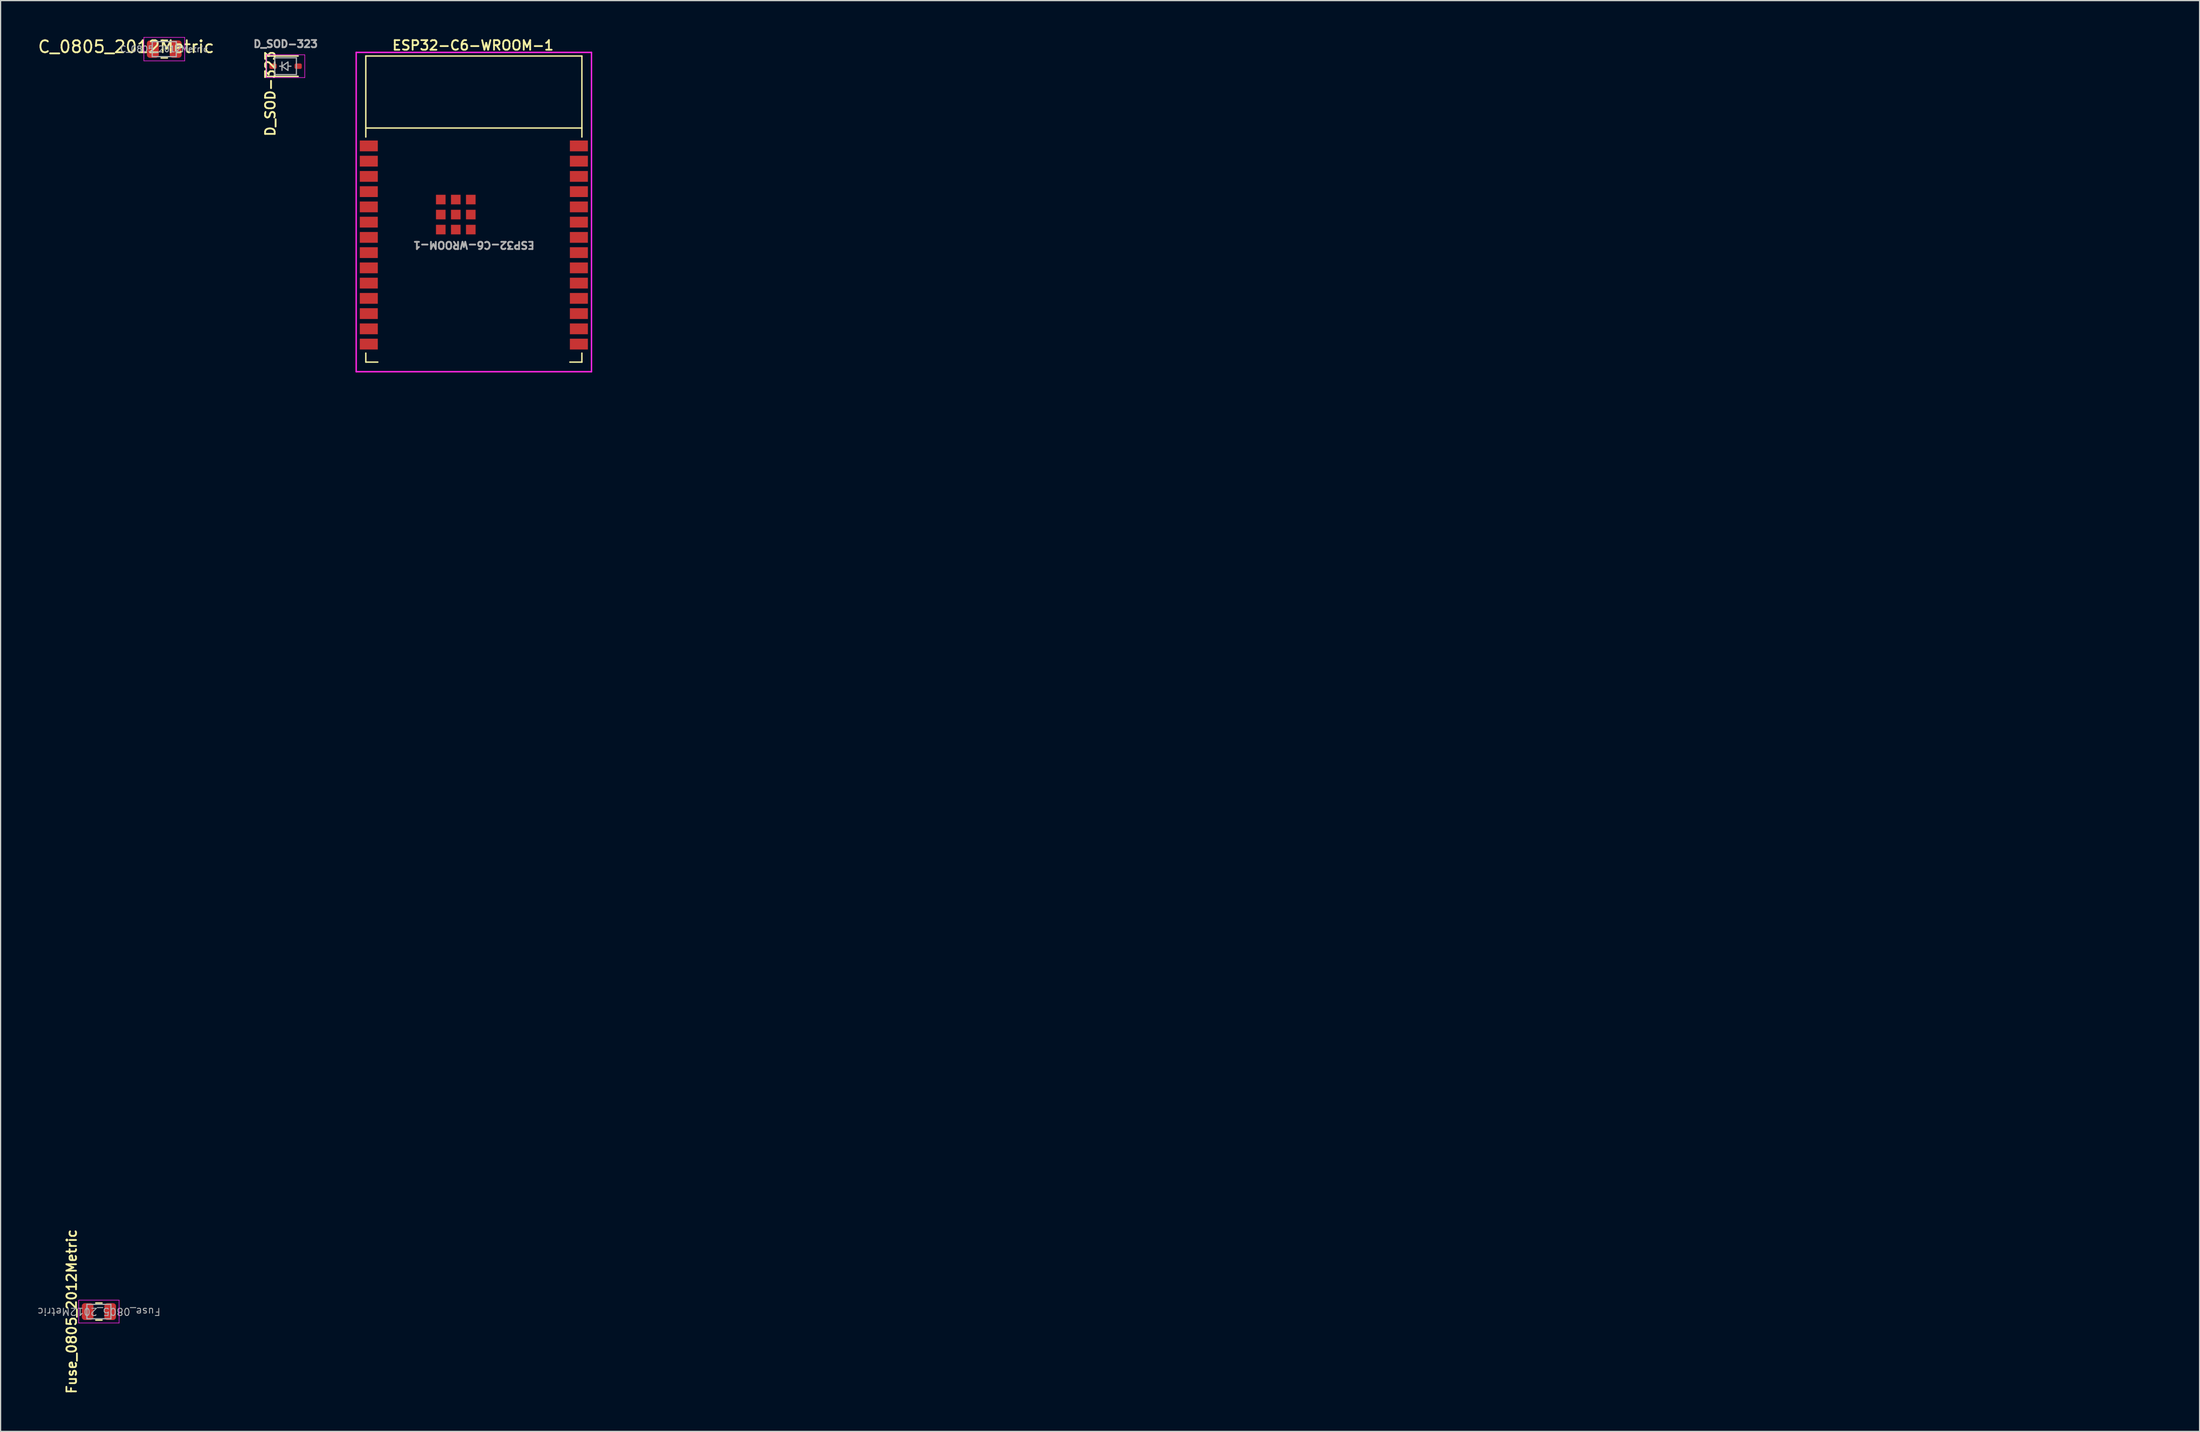
<source format=kicad_pcb>
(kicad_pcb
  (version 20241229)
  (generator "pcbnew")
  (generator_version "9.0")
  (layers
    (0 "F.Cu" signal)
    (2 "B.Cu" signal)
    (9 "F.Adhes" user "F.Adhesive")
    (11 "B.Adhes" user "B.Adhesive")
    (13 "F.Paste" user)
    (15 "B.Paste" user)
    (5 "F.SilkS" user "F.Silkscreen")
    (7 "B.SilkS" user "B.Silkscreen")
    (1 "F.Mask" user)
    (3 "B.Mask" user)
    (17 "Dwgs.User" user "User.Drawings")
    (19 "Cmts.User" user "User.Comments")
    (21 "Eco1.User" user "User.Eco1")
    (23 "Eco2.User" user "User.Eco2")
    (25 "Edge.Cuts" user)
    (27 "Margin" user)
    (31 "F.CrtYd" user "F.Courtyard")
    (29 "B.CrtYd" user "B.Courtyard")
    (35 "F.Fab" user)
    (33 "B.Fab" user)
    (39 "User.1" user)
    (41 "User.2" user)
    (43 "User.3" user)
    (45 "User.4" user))
  (footprint "D_SOD-323"
    (layer "F.Cu")
    (at 20.739 2.464)
    (property "Reference" "D_SOD-323" (at -1.27 2.286 270) (layer "F.SilkS") (effects (font (size 0.8 0.8) (thickness 0.15))))
    (attr smd)
    (fp_line (start -1.61 -0.85) (end -1.61 0.85) (stroke (width 0.12) (type solid)) (layer "F.SilkS"))
    (fp_line (start -1.61 -0.85) (end 1.05 -0.85) (stroke (width 0.12) (type solid)) (layer "F.SilkS"))
    (fp_line (start -1.61 0.85) (end 1.05 0.85) (stroke (width 0.12) (type solid)) (layer "F.SilkS"))
    (fp_line (start -1.6 -0.95) (end -1.6 0.95) (stroke (width 0.05) (type solid)) (layer "F.CrtYd"))
    (fp_line (start -1.6 -0.95) (end 1.6 -0.95) (stroke (width 0.05) (type solid)) (layer "F.CrtYd"))
    (fp_line (start -1.6 0.95) (end 1.6 0.95) (stroke (width 0.05) (type solid)) (layer "F.CrtYd"))
    (fp_line (start 1.6 -0.95) (end 1.6 0.95) (stroke (width 0.05) (type solid)) (layer "F.CrtYd"))
    (fp_line (start -0.9 -0.7) (end 0.9 -0.7) (stroke (width 0.1) (type solid)) (layer "F.Fab"))
    (fp_line (start -0.9 0.7) (end -0.9 -0.7) (stroke (width 0.1) (type solid)) (layer "F.Fab"))
    (fp_line (start -0.3 -0.35) (end -0.3 0.35) (stroke (width 0.1) (type solid)) (layer "F.Fab"))
    (fp_line (start -0.3 0) (end -0.5 0) (stroke (width 0.1) (type solid)) (layer "F.Fab"))
    (fp_line (start -0.3 0) (end 0.2 -0.35) (stroke (width 0.1) (type solid)) (layer "F.Fab"))
    (fp_line (start 0.2 -0.35) (end 0.2 0.35) (stroke (width 0.1) (type solid)) (layer "F.Fab"))
    (fp_line (start 0.2 0) (end 0.45 0) (stroke (width 0.1) (type solid)) (layer "F.Fab"))
    (fp_line (start 0.2 0.35) (end -0.3 0) (stroke (width 0.1) (type solid)) (layer "F.Fab"))
    (fp_line (start 0.9 -0.7) (end 0.9 0.7) (stroke (width 0.1) (type solid)) (layer "F.Fab"))
    (fp_line (start 0.9 0.7) (end -0.9 0.7) (stroke (width 0.1) (type solid)) (layer "F.Fab"))
    (fp_text user "${REFERENCE}" (at 0 -1.85 0) (unlocked yes) (layer "F.Fab") (effects (font (size 0.6 0.6) (thickness 0.15))))
    (pad "1" smd roundrect (at -1.05 0 180) (size 0.6 0.45) (layers "F.Cu" "F.Mask" "F.Paste") (roundrect_rratio 0.25))
    (pad "2" smd roundrect (at 1.05 0 180) (size 0.6 0.45) (layers "F.Cu" "F.Mask" "F.Paste") (roundrect_rratio 0.25)))
  (footprint "C_0805_2012Metric"
    (layer "F.Cu")
    (at 10.633 1.041)
    (property "Reference" "C_0805_2012Metric" (at -3.175 -0.193 180) (layer "F.SilkS") (effects (font (size 1 1) (thickness 0.15))))
    (attr smd)
    (fp_line (start -0.261 -0.735) (end 0.261 -0.735) (stroke (width 0.12) (type solid)) (layer "F.SilkS"))
    (fp_line (start -0.261 0.735) (end 0.261 0.735) (stroke (width 0.12) (type solid)) (layer "F.SilkS"))
    (fp_line (start -1.7 -0.98) (end 1.7 -0.98) (stroke (width 0.05) (type solid)) (layer "F.CrtYd"))
    (fp_line (start -1.7 0.98) (end -1.7 -0.98) (stroke (width 0.05) (type solid)) (layer "F.CrtYd"))
    (fp_line (start 1.7 -0.98) (end 1.7 0.98) (stroke (width 0.05) (type solid)) (layer "F.CrtYd"))
    (fp_line (start 1.7 0.98) (end -1.7 0.98) (stroke (width 0.05) (type solid)) (layer "F.CrtYd"))
    (fp_line (start -1 -0.625) (end 1 -0.625) (stroke (width 0.1) (type solid)) (layer "F.Fab"))
    (fp_line (start -1 0.625) (end -1 -0.625) (stroke (width 0.1) (type solid)) (layer "F.Fab"))
    (fp_line (start 1 -0.625) (end 1 0.625) (stroke (width 0.1) (type solid)) (layer "F.Fab"))
    (fp_line (start 1 0.625) (end -1 0.625) (stroke (width 0.1) (type solid)) (layer "F.Fab"))
    (fp_text user "${REFERENCE}" (at 0 0 180) (layer "F.Fab") (effects (font (size 0.5 0.5) (thickness 0.08))))
    (pad "1" smd roundrect (at -0.95 0 180) (size 1 1.45) (layers "F.Cu" "F.Mask" "F.Paste") (roundrect_rratio 0.25))
    (pad "2" smd roundrect (at 0.95 0 180) (size 1 1.45) (layers "F.Cu" "F.Mask" "F.Paste") (roundrect_rratio 0.25)))
  (footprint "Fuse_0805_2012Metric"
    (layer "F.Cu")
    (at 5.189 106.216)
    (property "Reference" "Fuse_0805_2012Metric" (at -2.27 0 270) (layer "F.SilkS") (effects (font (size 0.8 0.8) (thickness 0.15))))
    (attr smd)
    (fp_line (start -0.259 -0.71) (end 0.259 -0.71) (stroke (width 0.12) (type solid)) (layer "F.SilkS"))
    (fp_line (start -0.259 0.71) (end 0.259 0.71) (stroke (width 0.12) (type solid)) (layer "F.SilkS"))
    (fp_line (start -1.68 -0.95) (end 1.68 -0.95) (stroke (width 0.05) (type solid)) (layer "F.CrtYd"))
    (fp_line (start -1.68 0.95) (end -1.68 -0.95) (stroke (width 0.05) (type solid)) (layer "F.CrtYd"))
    (fp_line (start 1.68 -0.95) (end 1.68 0.95) (stroke (width 0.05) (type solid)) (layer "F.CrtYd"))
    (fp_line (start 1.68 0.95) (end -1.68 0.95) (stroke (width 0.05) (type solid)) (layer "F.CrtYd"))
    (fp_line (start -1 -0.6) (end 1 -0.6) (stroke (width 0.1) (type solid)) (layer "F.Fab"))
    (fp_line (start -1 0.6) (end -1 -0.6) (stroke (width 0.1) (type solid)) (layer "F.Fab"))
    (fp_line (start 1 -0.6) (end 1 0.6) (stroke (width 0.1) (type solid)) (layer "F.Fab"))
    (fp_line (start 1 0.6) (end -1 0.6) (stroke (width 0.1) (type solid)) (layer "F.Fab"))
    (fp_text user "${REFERENCE}" (at 0 0 180) (unlocked yes) (layer "F.Fab") (effects (font (size 0.6 0.6) (thickness 0.08))))
    (pad "1" smd roundrect (at -0.938 0 180) (size 0.975 1.4) (layers "F.Cu" "F.Mask" "F.Paste") (roundrect_rratio 0.25))
    (pad "2" smd roundrect (at 0.938 0 180) (size 0.975 1.4) (layers "F.Cu" "F.Mask" "F.Paste") (roundrect_rratio 0.25)))
  (footprint "ESP32-C6-WROOM-1"
    (layer "F.Cu")
    (at 36.421 17.366)
    (property "Reference" "ESP32-C6-WROOM-1" (at -0.071 -16.635 180) (layer "F.SilkS") (effects (font (size 0.8 0.8) (thickness 0.15))))
    (attr smd)
    (fp_line (start -9 -15.75) (end -9 -9) (stroke (width 0.12) (type solid)) (layer "F.SilkS"))
    (fp_line (start -9 -15.75) (end 9 -15.75) (stroke (width 0.12) (type solid)) (layer "F.SilkS"))
    (fp_line (start -9 9) (end -9 9.75) (stroke (width 0.12) (type solid)) (layer "F.SilkS"))
    (fp_line (start -9 9.75) (end -8 9.75) (stroke (width 0.12) (type solid)) (layer "F.SilkS"))
    (fp_line (start 9 -15.75) (end 9 -9) (stroke (width 0.12) (type solid)) (layer "F.SilkS"))
    (fp_line (start 9 -9.75) (end -9 -9.75) (stroke (width 0.12) (type solid)) (layer "F.SilkS"))
    (fp_line (start 9 9) (end 9 9.75) (stroke (width 0.12) (type solid)) (layer "F.SilkS"))
    (fp_line (start 9 9.75) (end 8 9.75) (stroke (width 0.12) (type solid)) (layer "F.SilkS"))
    (fp_line (start -9 -15.75) (end 9 -15.75) (stroke (width 0.12) (type solid)) (layer "Eco2.User"))
    (fp_line (start -9 -9.75) (end 9 -9.75) (stroke (width 0.12) (type solid)) (layer "Eco2.User"))
    (fp_line (start -9 9.75) (end -9 -15.75) (stroke (width 0.12) (type solid)) (layer "Eco2.User"))
    (fp_line (start 9 -15.75) (end 9 9.75) (stroke (width 0.12) (type solid)) (layer "Eco2.User"))
    (fp_line (start 9 9.75) (end -9 9.75) (stroke (width 0.12) (type solid)) (layer "Eco2.User"))
    (fp_line (start -9.8 -16.05) (end -9.8 10.55) (stroke (width 0.12) (type solid)) (layer "F.CrtYd"))
    (fp_line (start -9.8 10.55) (end 9.8 10.55) (stroke (width 0.12) (type solid)) (layer "F.CrtYd"))
    (fp_line (start 9.8 -16.05) (end -9.8 -16.05) (stroke (width 0.12) (type solid)) (layer "F.CrtYd"))
    (fp_line (start 9.8 -16.05) (end 9.8 10.55) (stroke (width 0.12) (type solid)) (layer "F.CrtYd"))
    (fp_text user "Antenna Area" (at 0 -12.75 180) (unlocked yes) (layer "Eco2.User") (effects (font (size 0.6 0.6) (thickness 0.15)) (justify mirror)))
    (fp_text user "${REFERENCE}" (at 0 0 180) (unlocked yes) (layer "F.Fab") (effects (font (size 0.6 0.6) (thickness 0.15))))
    (pad "1" smd rect (at -8.75 -8.26 180) (size 1.5 0.9) (layers "F.Cu" "F.Mask" "F.Paste"))
    (pad "2" smd rect (at -8.75 -6.99 180) (size 1.5 0.9) (layers "F.Cu" "F.Mask" "F.Paste"))
    (pad "3" smd rect (at -8.75 -5.72 180) (size 1.5 0.9) (layers "F.Cu" "F.Mask" "F.Paste"))
    (pad "4" smd rect (at -8.75 -4.45 180) (size 1.5 0.9) (layers "F.Cu" "F.Mask" "F.Paste"))
    (pad "5" smd rect (at -8.75 -3.18 180) (size 1.5 0.9) (layers "F.Cu" "F.Mask" "F.Paste"))
    (pad "6" smd rect (at -8.75 -1.91 180) (size 1.5 0.9) (layers "F.Cu" "F.Mask" "F.Paste"))
    (pad "7" smd rect (at -8.75 -0.64 180) (size 1.5 0.9) (layers "F.Cu" "F.Mask" "F.Paste"))
    (pad "8" smd rect (at -8.75 0.63 180) (size 1.5 0.9) (layers "F.Cu" "F.Mask" "F.Paste"))
    (pad "9" smd rect (at -8.75 1.9 180) (size 1.5 0.9) (layers "F.Cu" "F.Mask" "F.Paste"))
    (pad "10" smd rect (at -8.75 3.17 180) (size 1.5 0.9) (layers "F.Cu" "F.Mask" "F.Paste"))
    (pad "11" smd rect (at -8.75 4.44 180) (size 1.5 0.9) (layers "F.Cu" "F.Mask" "F.Paste"))
    (pad "12" smd rect (at -8.75 5.71 180) (size 1.5 0.9) (layers "F.Cu" "F.Mask" "F.Paste"))
    (pad "13" smd rect (at -8.75 6.98 180) (size 1.5 0.9) (layers "F.Cu" "F.Mask" "F.Paste"))
    (pad "14" smd rect (at -8.75 8.25 180) (size 1.5 0.9) (layers "F.Cu" "F.Mask" "F.Paste"))
    (pad "15" smd rect (at 8.75 8.25) (size 1.5 0.9) (layers "F.Cu" "F.Mask" "F.Paste"))
    (pad "16" smd rect (at 8.75 6.98) (size 1.5 0.9) (layers "F.Cu" "F.Mask" "F.Paste"))
    (pad "17" smd rect (at 8.75 5.71) (size 1.5 0.9) (layers "F.Cu" "F.Mask" "F.Paste"))
    (pad "18" smd rect (at 8.75 4.44) (size 1.5 0.9) (layers "F.Cu" "F.Mask" "F.Paste"))
    (pad "19" smd rect (at 8.75 3.17) (size 1.5 0.9) (layers "F.Cu" "F.Mask" "F.Paste"))
    (pad "20" smd rect (at 8.75 1.9) (size 1.5 0.9) (layers "F.Cu" "F.Mask" "F.Paste"))
    (pad "21" smd rect (at 8.75 0.63) (size 1.5 0.9) (layers "F.Cu" "F.Mask" "F.Paste"))
    (pad "22" smd rect (at 8.75 -0.64) (size 1.5 0.9) (layers "F.Cu" "F.Mask" "F.Paste"))
    (pad "23" smd rect (at 8.75 -1.91) (size 1.5 0.9) (layers "F.Cu" "F.Mask" "F.Paste"))
    (pad "24" smd rect (at 8.75 -3.18) (size 1.5 0.9) (layers "F.Cu" "F.Mask" "F.Paste"))
    (pad "25" smd rect (at 8.75 -4.45) (size 1.5 0.9) (layers "F.Cu" "F.Mask" "F.Paste"))
    (pad "26" smd rect (at 8.75 -5.72) (size 1.5 0.9) (layers "F.Cu" "F.Mask" "F.Paste"))
    (pad "27" smd rect (at 8.75 -6.99) (size 1.5 0.9) (layers "F.Cu" "F.Mask" "F.Paste"))
    (pad "28" smd rect (at 8.75 -8.26) (size 1.5 0.9) (layers "F.Cu" "F.Mask" "F.Paste"))
    (pad "29" smd rect (at -2.755 -3.79) (size 0.8 0.8) (layers "F.Cu" "F.Mask" "F.Paste"))
    (pad "29" smd rect (at -2.755 -2.54) (size 0.8 0.8) (layers "F.Cu" "F.Mask" "F.Paste"))
    (pad "29" smd rect (at -2.755 -1.29) (size 0.8 0.8) (layers "F.Cu" "F.Mask" "F.Paste"))
    (pad "29" smd rect (at -1.505 -3.79) (size 0.8 0.8) (layers "F.Cu" "F.Mask" "F.Paste"))
    (pad "29" smd rect (at -1.505 -2.54) (size 0.8 0.8) (layers "F.Cu" "F.Mask" "F.Paste"))
    (pad "29" smd rect (at -1.505 -1.29) (size 0.8 0.8) (layers "F.Cu" "F.Mask" "F.Paste"))
    (pad "29" smd rect (at -0.255 -3.79) (size 0.8 0.8) (layers "F.Cu" "F.Mask" "F.Paste"))
    (pad "29" smd rect (at -0.255 -2.54) (size 0.8 0.8) (layers "F.Cu" "F.Mask" "F.Paste"))
    (pad "29" smd rect (at -0.255 -1.29) (size 0.8 0.8) (layers "F.Cu" "F.Mask" "F.Paste"))
    (zone (net_name "") (layers "F.Cu" "B.Cu") (name "antenna keepout") (hatch edge 0.508) (connect_pads) (min_thickness 0.254) (filled_areas_thickness no) (keepout (tracks not_allowed) (vias not_allowed) (pads not_allowed) (copperpour not_allowed) (footprints not_allowed)) (placement (enabled no)) (fill) (polygon (pts (xy 159.176 90.233) (xy 177.176 90.233) (xy 177.176 96.233) (xy 159.176 96.233)))))
  (gr_rect
    (start -3 -3)
    (end 180.176 116.199)
    (stroke (width 0.1) (type default))
    (fill no)
    (layer "Edge.Cuts")))
</source>
